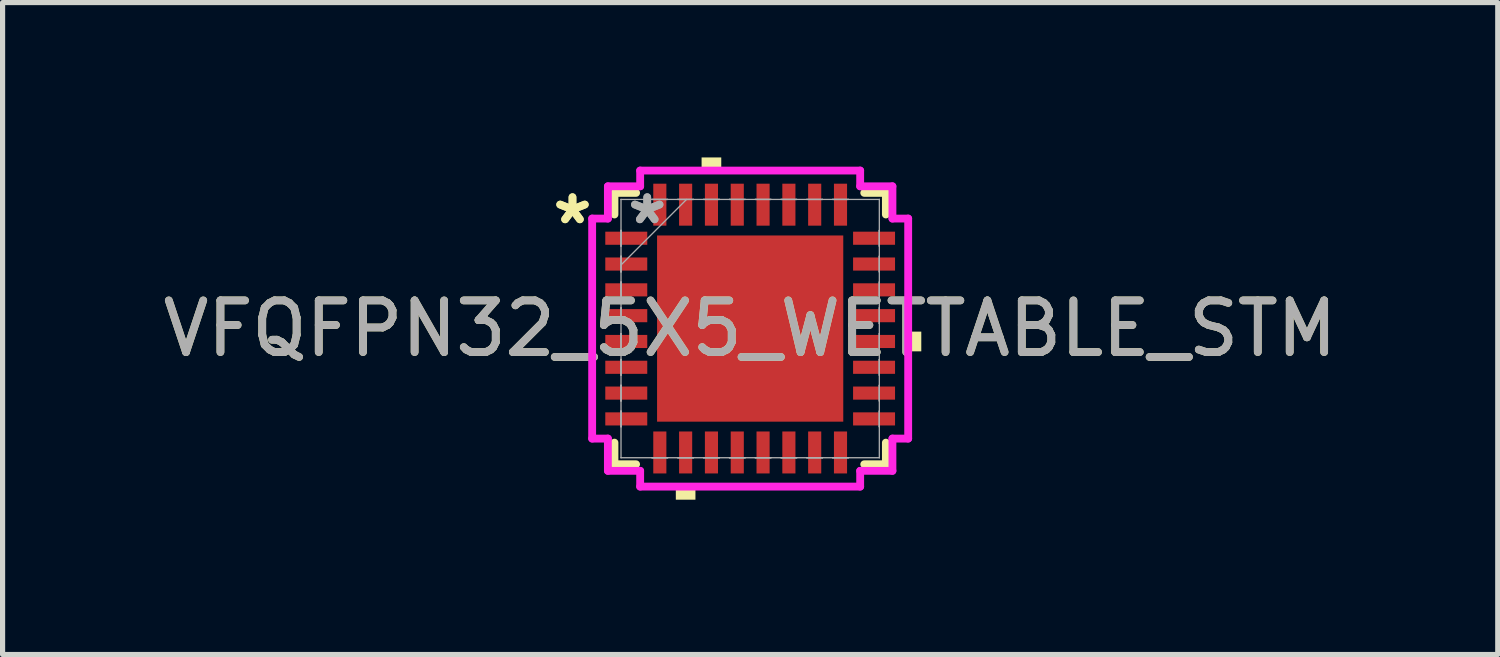
<source format=kicad_pcb>
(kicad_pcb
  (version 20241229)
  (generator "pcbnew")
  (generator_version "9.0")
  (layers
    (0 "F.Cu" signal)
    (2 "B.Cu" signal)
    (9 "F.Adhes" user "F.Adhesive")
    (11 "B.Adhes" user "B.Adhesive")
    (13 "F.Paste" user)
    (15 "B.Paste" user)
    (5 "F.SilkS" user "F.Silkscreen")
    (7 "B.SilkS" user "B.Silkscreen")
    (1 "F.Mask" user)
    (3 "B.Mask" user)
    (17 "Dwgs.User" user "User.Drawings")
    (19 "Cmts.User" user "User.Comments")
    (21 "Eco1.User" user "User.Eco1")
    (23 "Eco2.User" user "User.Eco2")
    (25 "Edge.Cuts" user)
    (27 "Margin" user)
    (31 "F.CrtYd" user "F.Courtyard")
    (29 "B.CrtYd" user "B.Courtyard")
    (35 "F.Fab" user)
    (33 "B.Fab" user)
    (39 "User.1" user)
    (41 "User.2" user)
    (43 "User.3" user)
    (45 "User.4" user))
  (footprint "VFQFPN32_5X5_WETTABLE_STM"
    (layer "F.Cu")
    (at 11.482 3.315)
    (property "Reference" "VFQFPN32_5X5_WETTABLE_STM" (at 0 0 0) (unlocked yes) (layer "F.SilkS") (effects (font (size 1 1) (thickness 0.15))))
    (attr smd)
    (fp_line (start -2.629 -2.629) (end -2.629 -2.21) (stroke (width 0.152) (type solid)) (layer "F.SilkS"))
    (fp_line (start -2.629 2.21) (end -2.629 2.629) (stroke (width 0.152) (type solid)) (layer "F.SilkS"))
    (fp_line (start -2.629 2.629) (end -2.21 2.629) (stroke (width 0.152) (type solid)) (layer "F.SilkS"))
    (fp_line (start -2.21 -2.629) (end -2.629 -2.629) (stroke (width 0.152) (type solid)) (layer "F.SilkS"))
    (fp_line (start 2.21 2.629) (end 2.629 2.629) (stroke (width 0.152) (type solid)) (layer "F.SilkS"))
    (fp_line (start 2.629 -2.629) (end 2.21 -2.629) (stroke (width 0.152) (type solid)) (layer "F.SilkS"))
    (fp_line (start 2.629 -2.21) (end 2.629 -2.629) (stroke (width 0.152) (type solid)) (layer "F.SilkS"))
    (fp_line (start 2.629 2.629) (end 2.629 2.21) (stroke (width 0.152) (type solid)) (layer "F.SilkS"))
    (fp_poly (pts (xy -1.44 3.061) (xy -1.44 3.315) (xy -1.06 3.315) (xy -1.06 3.061)) (stroke (width 0) (type solid)) (fill yes) (layer "F.SilkS"))
    (fp_poly (pts (xy -0.941 -3.061) (xy -0.941 -3.315) (xy -0.56 -3.315) (xy -0.56 -3.061)) (stroke (width 0) (type solid)) (fill yes) (layer "F.SilkS"))
    (fp_poly (pts (xy 3.315 0.059) (xy 3.315 0.441) (xy 3.061 0.441) (xy 3.061 0.059)) (stroke (width 0) (type solid)) (fill yes) (layer "F.SilkS"))
    (fp_poly (pts (xy -1.703 -1.703) (xy -1.703 -0.1) (xy -0.1 -0.1) (xy -0.1 -1.703)) (stroke (width 0) (type solid)) (fill yes) (layer "F.Paste"))
    (fp_poly (pts (xy -1.703 0.1) (xy -1.703 1.703) (xy -0.1 1.703) (xy -0.1 0.1)) (stroke (width 0) (type solid)) (fill yes) (layer "F.Paste"))
    (fp_poly (pts (xy 0.1 -1.703) (xy 0.1 -0.1) (xy 1.703 -0.1) (xy 1.703 -1.703)) (stroke (width 0) (type solid)) (fill yes) (layer "F.Paste"))
    (fp_poly (pts (xy 0.1 0.1) (xy 0.1 1.703) (xy 1.703 1.703) (xy 1.703 0.1)) (stroke (width 0) (type solid)) (fill yes) (layer "F.Paste"))
    (fp_line (start -3.061 -2.131) (end -2.756 -2.131) (stroke (width 0.152) (type solid)) (layer "F.CrtYd"))
    (fp_line (start -3.061 2.131) (end -3.061 -2.131) (stroke (width 0.152) (type solid)) (layer "F.CrtYd"))
    (fp_line (start -2.756 -2.756) (end -2.131 -2.756) (stroke (width 0.152) (type solid)) (layer "F.CrtYd"))
    (fp_line (start -2.756 -2.131) (end -2.756 -2.756) (stroke (width 0.152) (type solid)) (layer "F.CrtYd"))
    (fp_line (start -2.756 2.131) (end -3.061 2.131) (stroke (width 0.152) (type solid)) (layer "F.CrtYd"))
    (fp_line (start -2.756 2.756) (end -2.756 2.131) (stroke (width 0.152) (type solid)) (layer "F.CrtYd"))
    (fp_line (start -2.131 -3.061) (end 2.131 -3.061) (stroke (width 0.152) (type solid)) (layer "F.CrtYd"))
    (fp_line (start -2.131 -2.756) (end -2.131 -3.061) (stroke (width 0.152) (type solid)) (layer "F.CrtYd"))
    (fp_line (start -2.131 2.756) (end -2.756 2.756) (stroke (width 0.152) (type solid)) (layer "F.CrtYd"))
    (fp_line (start -2.131 3.061) (end -2.131 2.756) (stroke (width 0.152) (type solid)) (layer "F.CrtYd"))
    (fp_line (start 2.131 -3.061) (end 2.131 -2.756) (stroke (width 0.152) (type solid)) (layer "F.CrtYd"))
    (fp_line (start 2.131 -2.756) (end 2.756 -2.756) (stroke (width 0.152) (type solid)) (layer "F.CrtYd"))
    (fp_line (start 2.131 2.756) (end 2.131 3.061) (stroke (width 0.152) (type solid)) (layer "F.CrtYd"))
    (fp_line (start 2.131 3.061) (end -2.131 3.061) (stroke (width 0.152) (type solid)) (layer "F.CrtYd"))
    (fp_line (start 2.756 -2.756) (end 2.756 -2.131) (stroke (width 0.152) (type solid)) (layer "F.CrtYd"))
    (fp_line (start 2.756 -2.131) (end 3.061 -2.131) (stroke (width 0.152) (type solid)) (layer "F.CrtYd"))
    (fp_line (start 2.756 2.131) (end 2.756 2.756) (stroke (width 0.152) (type solid)) (layer "F.CrtYd"))
    (fp_line (start 2.756 2.756) (end 2.131 2.756) (stroke (width 0.152) (type solid)) (layer "F.CrtYd"))
    (fp_line (start 3.061 -2.131) (end 3.061 2.131) (stroke (width 0.152) (type solid)) (layer "F.CrtYd"))
    (fp_line (start 3.061 2.131) (end 2.756 2.131) (stroke (width 0.152) (type solid)) (layer "F.CrtYd"))
    (fp_line (start -2.502 -2.502) (end -2.502 -2.502) (stroke (width 0.025) (type solid)) (layer "F.Fab"))
    (fp_line (start -2.502 -2.502) (end -2.502 2.502) (stroke (width 0.025) (type solid)) (layer "F.Fab"))
    (fp_line (start -2.502 -1.902) (end -2.502 -1.902) (stroke (width 0.025) (type solid)) (layer "F.Fab"))
    (fp_line (start -2.502 -1.902) (end -2.502 -1.598) (stroke (width 0.025) (type solid)) (layer "F.Fab"))
    (fp_line (start -2.502 -1.598) (end -2.502 -1.902) (stroke (width 0.025) (type solid)) (layer "F.Fab"))
    (fp_line (start -2.502 -1.598) (end -2.502 -1.598) (stroke (width 0.025) (type solid)) (layer "F.Fab"))
    (fp_line (start -2.502 -1.402) (end -2.502 -1.402) (stroke (width 0.025) (type solid)) (layer "F.Fab"))
    (fp_line (start -2.502 -1.402) (end -2.502 -1.098) (stroke (width 0.025) (type solid)) (layer "F.Fab"))
    (fp_line (start -2.502 -1.232) (end -1.232 -2.502) (stroke (width 0.025) (type solid)) (layer "F.Fab"))
    (fp_line (start -2.502 -1.098) (end -2.502 -1.402) (stroke (width 0.025) (type solid)) (layer "F.Fab"))
    (fp_line (start -2.502 -1.098) (end -2.502 -1.098) (stroke (width 0.025) (type solid)) (layer "F.Fab"))
    (fp_line (start -2.502 -0.902) (end -2.502 -0.902) (stroke (width 0.025) (type solid)) (layer "F.Fab"))
    (fp_line (start -2.502 -0.902) (end -2.502 -0.598) (stroke (width 0.025) (type solid)) (layer "F.Fab"))
    (fp_line (start -2.502 -0.598) (end -2.502 -0.902) (stroke (width 0.025) (type solid)) (layer "F.Fab"))
    (fp_line (start -2.502 -0.598) (end -2.502 -0.598) (stroke (width 0.025) (type solid)) (layer "F.Fab"))
    (fp_line (start -2.502 -0.402) (end -2.502 -0.402) (stroke (width 0.025) (type solid)) (layer "F.Fab"))
    (fp_line (start -2.502 -0.402) (end -2.502 -0.098) (stroke (width 0.025) (type solid)) (layer "F.Fab"))
    (fp_line (start -2.502 -0.098) (end -2.502 -0.402) (stroke (width 0.025) (type solid)) (layer "F.Fab"))
    (fp_line (start -2.502 -0.098) (end -2.502 -0.098) (stroke (width 0.025) (type solid)) (layer "F.Fab"))
    (fp_line (start -2.502 0.098) (end -2.502 0.098) (stroke (width 0.025) (type solid)) (layer "F.Fab"))
    (fp_line (start -2.502 0.098) (end -2.502 0.402) (stroke (width 0.025) (type solid)) (layer "F.Fab"))
    (fp_line (start -2.502 0.402) (end -2.502 0.098) (stroke (width 0.025) (type solid)) (layer "F.Fab"))
    (fp_line (start -2.502 0.402) (end -2.502 0.402) (stroke (width 0.025) (type solid)) (layer "F.Fab"))
    (fp_line (start -2.502 0.598) (end -2.502 0.598) (stroke (width 0.025) (type solid)) (layer "F.Fab"))
    (fp_line (start -2.502 0.598) (end -2.502 0.902) (stroke (width 0.025) (type solid)) (layer "F.Fab"))
    (fp_line (start -2.502 0.902) (end -2.502 0.598) (stroke (width 0.025) (type solid)) (layer "F.Fab"))
    (fp_line (start -2.502 0.902) (end -2.502 0.902) (stroke (width 0.025) (type solid)) (layer "F.Fab"))
    (fp_line (start -2.502 1.098) (end -2.502 1.098) (stroke (width 0.025) (type solid)) (layer "F.Fab"))
    (fp_line (start -2.502 1.098) (end -2.502 1.402) (stroke (width 0.025) (type solid)) (layer "F.Fab"))
    (fp_line (start -2.502 1.402) (end -2.502 1.098) (stroke (width 0.025) (type solid)) (layer "F.Fab"))
    (fp_line (start -2.502 1.402) (end -2.502 1.402) (stroke (width 0.025) (type solid)) (layer "F.Fab"))
    (fp_line (start -2.502 1.598) (end -2.502 1.598) (stroke (width 0.025) (type solid)) (layer "F.Fab"))
    (fp_line (start -2.502 1.598) (end -2.502 1.902) (stroke (width 0.025) (type solid)) (layer "F.Fab"))
    (fp_line (start -2.502 1.902) (end -2.502 1.598) (stroke (width 0.025) (type solid)) (layer "F.Fab"))
    (fp_line (start -2.502 1.902) (end -2.502 1.902) (stroke (width 0.025) (type solid)) (layer "F.Fab"))
    (fp_line (start -2.502 2.502) (end -2.502 2.502) (stroke (width 0.025) (type solid)) (layer "F.Fab"))
    (fp_line (start -2.502 2.502) (end 2.502 2.502) (stroke (width 0.025) (type solid)) (layer "F.Fab"))
    (fp_line (start -1.902 -2.502) (end -1.902 -2.502) (stroke (width 0.025) (type solid)) (layer "F.Fab"))
    (fp_line (start -1.902 -2.502) (end -1.598 -2.502) (stroke (width 0.025) (type solid)) (layer "F.Fab"))
    (fp_line (start -1.902 2.502) (end -1.902 2.502) (stroke (width 0.025) (type solid)) (layer "F.Fab"))
    (fp_line (start -1.902 2.502) (end -1.598 2.502) (stroke (width 0.025) (type solid)) (layer "F.Fab"))
    (fp_line (start -1.598 -2.502) (end -1.902 -2.502) (stroke (width 0.025) (type solid)) (layer "F.Fab"))
    (fp_line (start -1.598 -2.502) (end -1.598 -2.502) (stroke (width 0.025) (type solid)) (layer "F.Fab"))
    (fp_line (start -1.598 2.502) (end -1.902 2.502) (stroke (width 0.025) (type solid)) (layer "F.Fab"))
    (fp_line (start -1.598 2.502) (end -1.598 2.502) (stroke (width 0.025) (type solid)) (layer "F.Fab"))
    (fp_line (start -1.402 -2.502) (end -1.402 -2.502) (stroke (width 0.025) (type solid)) (layer "F.Fab"))
    (fp_line (start -1.402 -2.502) (end -1.098 -2.502) (stroke (width 0.025) (type solid)) (layer "F.Fab"))
    (fp_line (start -1.402 2.502) (end -1.402 2.502) (stroke (width 0.025) (type solid)) (layer "F.Fab"))
    (fp_line (start -1.402 2.502) (end -1.098 2.502) (stroke (width 0.025) (type solid)) (layer "F.Fab"))
    (fp_line (start -1.098 -2.502) (end -1.402 -2.502) (stroke (width 0.025) (type solid)) (layer "F.Fab"))
    (fp_line (start -1.098 -2.502) (end -1.098 -2.502) (stroke (width 0.025) (type solid)) (layer "F.Fab"))
    (fp_line (start -1.098 2.502) (end -1.402 2.502) (stroke (width 0.025) (type solid)) (layer "F.Fab"))
    (fp_line (start -1.098 2.502) (end -1.098 2.502) (stroke (width 0.025) (type solid)) (layer "F.Fab"))
    (fp_line (start -0.902 -2.502) (end -0.902 -2.502) (stroke (width 0.025) (type solid)) (layer "F.Fab"))
    (fp_line (start -0.902 -2.502) (end -0.598 -2.502) (stroke (width 0.025) (type solid)) (layer "F.Fab"))
    (fp_line (start -0.902 2.502) (end -0.902 2.502) (stroke (width 0.025) (type solid)) (layer "F.Fab"))
    (fp_line (start -0.902 2.502) (end -0.598 2.502) (stroke (width 0.025) (type solid)) (layer "F.Fab"))
    (fp_line (start -0.598 -2.502) (end -0.902 -2.502) (stroke (width 0.025) (type solid)) (layer "F.Fab"))
    (fp_line (start -0.598 -2.502) (end -0.598 -2.502) (stroke (width 0.025) (type solid)) (layer "F.Fab"))
    (fp_line (start -0.598 2.502) (end -0.902 2.502) (stroke (width 0.025) (type solid)) (layer "F.Fab"))
    (fp_line (start -0.598 2.502) (end -0.598 2.502) (stroke (width 0.025) (type solid)) (layer "F.Fab"))
    (fp_line (start -0.402 -2.502) (end -0.402 -2.502) (stroke (width 0.025) (type solid)) (layer "F.Fab"))
    (fp_line (start -0.402 -2.502) (end -0.098 -2.502) (stroke (width 0.025) (type solid)) (layer "F.Fab"))
    (fp_line (start -0.402 2.502) (end -0.402 2.502) (stroke (width 0.025) (type solid)) (layer "F.Fab"))
    (fp_line (start -0.402 2.502) (end -0.098 2.502) (stroke (width 0.025) (type solid)) (layer "F.Fab"))
    (fp_line (start -0.098 -2.502) (end -0.402 -2.502) (stroke (width 0.025) (type solid)) (layer "F.Fab"))
    (fp_line (start -0.098 -2.502) (end -0.098 -2.502) (stroke (width 0.025) (type solid)) (layer "F.Fab"))
    (fp_line (start -0.098 2.502) (end -0.402 2.502) (stroke (width 0.025) (type solid)) (layer "F.Fab"))
    (fp_line (start -0.098 2.502) (end -0.098 2.502) (stroke (width 0.025) (type solid)) (layer "F.Fab"))
    (fp_line (start 0.098 -2.502) (end 0.098 -2.502) (stroke (width 0.025) (type solid)) (layer "F.Fab"))
    (fp_line (start 0.098 -2.502) (end 0.402 -2.502) (stroke (width 0.025) (type solid)) (layer "F.Fab"))
    (fp_line (start 0.098 2.502) (end 0.098 2.502) (stroke (width 0.025) (type solid)) (layer "F.Fab"))
    (fp_line (start 0.098 2.502) (end 0.402 2.502) (stroke (width 0.025) (type solid)) (layer "F.Fab"))
    (fp_line (start 0.402 -2.502) (end 0.098 -2.502) (stroke (width 0.025) (type solid)) (layer "F.Fab"))
    (fp_line (start 0.402 -2.502) (end 0.402 -2.502) (stroke (width 0.025) (type solid)) (layer "F.Fab"))
    (fp_line (start 0.402 2.502) (end 0.098 2.502) (stroke (width 0.025) (type solid)) (layer "F.Fab"))
    (fp_line (start 0.402 2.502) (end 0.402 2.502) (stroke (width 0.025) (type solid)) (layer "F.Fab"))
    (fp_line (start 0.598 -2.502) (end 0.598 -2.502) (stroke (width 0.025) (type solid)) (layer "F.Fab"))
    (fp_line (start 0.598 -2.502) (end 0.902 -2.502) (stroke (width 0.025) (type solid)) (layer "F.Fab"))
    (fp_line (start 0.598 2.502) (end 0.598 2.502) (stroke (width 0.025) (type solid)) (layer "F.Fab"))
    (fp_line (start 0.598 2.502) (end 0.902 2.502) (stroke (width 0.025) (type solid)) (layer "F.Fab"))
    (fp_line (start 0.902 -2.502) (end 0.598 -2.502) (stroke (width 0.025) (type solid)) (layer "F.Fab"))
    (fp_line (start 0.902 -2.502) (end 0.902 -2.502) (stroke (width 0.025) (type solid)) (layer "F.Fab"))
    (fp_line (start 0.902 2.502) (end 0.598 2.502) (stroke (width 0.025) (type solid)) (layer "F.Fab"))
    (fp_line (start 0.902 2.502) (end 0.902 2.502) (stroke (width 0.025) (type solid)) (layer "F.Fab"))
    (fp_line (start 1.098 -2.502) (end 1.098 -2.502) (stroke (width 0.025) (type solid)) (layer "F.Fab"))
    (fp_line (start 1.098 -2.502) (end 1.402 -2.502) (stroke (width 0.025) (type solid)) (layer "F.Fab"))
    (fp_line (start 1.098 2.502) (end 1.098 2.502) (stroke (width 0.025) (type solid)) (layer "F.Fab"))
    (fp_line (start 1.098 2.502) (end 1.402 2.502) (stroke (width 0.025) (type solid)) (layer "F.Fab"))
    (fp_line (start 1.402 -2.502) (end 1.098 -2.502) (stroke (width 0.025) (type solid)) (layer "F.Fab"))
    (fp_line (start 1.402 -2.502) (end 1.402 -2.502) (stroke (width 0.025) (type solid)) (layer "F.Fab"))
    (fp_line (start 1.402 2.502) (end 1.098 2.502) (stroke (width 0.025) (type solid)) (layer "F.Fab"))
    (fp_line (start 1.402 2.502) (end 1.402 2.502) (stroke (width 0.025) (type solid)) (layer "F.Fab"))
    (fp_line (start 1.598 -2.502) (end 1.598 -2.502) (stroke (width 0.025) (type solid)) (layer "F.Fab"))
    (fp_line (start 1.598 -2.502) (end 1.902 -2.502) (stroke (width 0.025) (type solid)) (layer "F.Fab"))
    (fp_line (start 1.598 2.502) (end 1.598 2.502) (stroke (width 0.025) (type solid)) (layer "F.Fab"))
    (fp_line (start 1.598 2.502) (end 1.902 2.502) (stroke (width 0.025) (type solid)) (layer "F.Fab"))
    (fp_line (start 1.902 -2.502) (end 1.598 -2.502) (stroke (width 0.025) (type solid)) (layer "F.Fab"))
    (fp_line (start 1.902 -2.502) (end 1.902 -2.502) (stroke (width 0.025) (type solid)) (layer "F.Fab"))
    (fp_line (start 1.902 2.502) (end 1.598 2.502) (stroke (width 0.025) (type solid)) (layer "F.Fab"))
    (fp_line (start 1.902 2.502) (end 1.902 2.502) (stroke (width 0.025) (type solid)) (layer "F.Fab"))
    (fp_line (start 2.502 -2.502) (end -2.502 -2.502) (stroke (width 0.025) (type solid)) (layer "F.Fab"))
    (fp_line (start 2.502 -2.502) (end 2.502 -2.502) (stroke (width 0.025) (type solid)) (layer "F.Fab"))
    (fp_line (start 2.502 -1.902) (end 2.502 -1.902) (stroke (width 0.025) (type solid)) (layer "F.Fab"))
    (fp_line (start 2.502 -1.902) (end 2.502 -1.598) (stroke (width 0.025) (type solid)) (layer "F.Fab"))
    (fp_line (start 2.502 -1.598) (end 2.502 -1.902) (stroke (width 0.025) (type solid)) (layer "F.Fab"))
    (fp_line (start 2.502 -1.598) (end 2.502 -1.598) (stroke (width 0.025) (type solid)) (layer "F.Fab"))
    (fp_line (start 2.502 -1.402) (end 2.502 -1.402) (stroke (width 0.025) (type solid)) (layer "F.Fab"))
    (fp_line (start 2.502 -1.402) (end 2.502 -1.098) (stroke (width 0.025) (type solid)) (layer "F.Fab"))
    (fp_line (start 2.502 -1.098) (end 2.502 -1.402) (stroke (width 0.025) (type solid)) (layer "F.Fab"))
    (fp_line (start 2.502 -1.098) (end 2.502 -1.098) (stroke (width 0.025) (type solid)) (layer "F.Fab"))
    (fp_line (start 2.502 -0.902) (end 2.502 -0.902) (stroke (width 0.025) (type solid)) (layer "F.Fab"))
    (fp_line (start 2.502 -0.902) (end 2.502 -0.598) (stroke (width 0.025) (type solid)) (layer "F.Fab"))
    (fp_line (start 2.502 -0.598) (end 2.502 -0.902) (stroke (width 0.025) (type solid)) (layer "F.Fab"))
    (fp_line (start 2.502 -0.598) (end 2.502 -0.598) (stroke (width 0.025) (type solid)) (layer "F.Fab"))
    (fp_line (start 2.502 -0.402) (end 2.502 -0.402) (stroke (width 0.025) (type solid)) (layer "F.Fab"))
    (fp_line (start 2.502 -0.402) (end 2.502 -0.098) (stroke (width 0.025) (type solid)) (layer "F.Fab"))
    (fp_line (start 2.502 -0.098) (end 2.502 -0.402) (stroke (width 0.025) (type solid)) (layer "F.Fab"))
    (fp_line (start 2.502 -0.098) (end 2.502 -0.098) (stroke (width 0.025) (type solid)) (layer "F.Fab"))
    (fp_line (start 2.502 0.098) (end 2.502 0.098) (stroke (width 0.025) (type solid)) (layer "F.Fab"))
    (fp_line (start 2.502 0.098) (end 2.502 0.402) (stroke (width 0.025) (type solid)) (layer "F.Fab"))
    (fp_line (start 2.502 0.402) (end 2.502 0.098) (stroke (width 0.025) (type solid)) (layer "F.Fab"))
    (fp_line (start 2.502 0.402) (end 2.502 0.402) (stroke (width 0.025) (type solid)) (layer "F.Fab"))
    (fp_line (start 2.502 0.598) (end 2.502 0.598) (stroke (width 0.025) (type solid)) (layer "F.Fab"))
    (fp_line (start 2.502 0.598) (end 2.502 0.902) (stroke (width 0.025) (type solid)) (layer "F.Fab"))
    (fp_line (start 2.502 0.902) (end 2.502 0.598) (stroke (width 0.025) (type solid)) (layer "F.Fab"))
    (fp_line (start 2.502 0.902) (end 2.502 0.902) (stroke (width 0.025) (type solid)) (layer "F.Fab"))
    (fp_line (start 2.502 1.098) (end 2.502 1.098) (stroke (width 0.025) (type solid)) (layer "F.Fab"))
    (fp_line (start 2.502 1.098) (end 2.502 1.402) (stroke (width 0.025) (type solid)) (layer "F.Fab"))
    (fp_line (start 2.502 1.402) (end 2.502 1.098) (stroke (width 0.025) (type solid)) (layer "F.Fab"))
    (fp_line (start 2.502 1.402) (end 2.502 1.402) (stroke (width 0.025) (type solid)) (layer "F.Fab"))
    (fp_line (start 2.502 1.598) (end 2.502 1.598) (stroke (width 0.025) (type solid)) (layer "F.Fab"))
    (fp_line (start 2.502 1.598) (end 2.502 1.902) (stroke (width 0.025) (type solid)) (layer "F.Fab"))
    (fp_line (start 2.502 1.902) (end 2.502 1.598) (stroke (width 0.025) (type solid)) (layer "F.Fab"))
    (fp_line (start 2.502 1.902) (end 2.502 1.902) (stroke (width 0.025) (type solid)) (layer "F.Fab"))
    (fp_line (start 2.502 2.502) (end 2.502 -2.502) (stroke (width 0.025) (type solid)) (layer "F.Fab"))
    (fp_line (start 2.502 2.502) (end 2.502 2.502) (stroke (width 0.025) (type solid)) (layer "F.Fab"))
    (fp_text user "*" (at -3.442 -2 0) (layer "F.SilkS") (effects (font (size 1 1) (thickness 0.15))))
    (fp_text user "*" (at -3.442 -2 0) (unlocked yes) (layer "F.SilkS") (effects (font (size 1 1) (thickness 0.15))))
    (fp_text user "${REFERENCE}" (at 0 0 0) (unlocked yes) (layer "F.Fab") (effects (font (size 1 1) (thickness 0.15))))
    (fp_text user "*" (at -1.994 -2 0) (unlocked yes) (layer "F.Fab") (effects (font (size 1 1) (thickness 0.15))))
    (fp_text user "*" (at -1.994 -2 0) (layer "F.Fab") (effects (font (size 1 1) (thickness 0.15))))
    (pad "1" smd rect (at -2.4 -1.75 90) (size 0.254 0.813) (layers "F.Cu" "F.Mask" "F.Paste"))
    (pad "2" smd rect (at -2.4 -1.25 90) (size 0.254 0.813) (layers "F.Cu" "F.Mask" "F.Paste"))
    (pad "3" smd rect (at -2.4 -0.75 90) (size 0.254 0.813) (layers "F.Cu" "F.Mask" "F.Paste"))
    (pad "4" smd rect (at -2.4 -0.25 90) (size 0.254 0.813) (layers "F.Cu" "F.Mask" "F.Paste"))
    (pad "5" smd rect (at -2.4 0.25 90) (size 0.254 0.813) (layers "F.Cu" "F.Mask" "F.Paste"))
    (pad "6" smd rect (at -2.4 0.75 90) (size 0.254 0.813) (layers "F.Cu" "F.Mask" "F.Paste"))
    (pad "7" smd rect (at -2.4 1.25 90) (size 0.254 0.813) (layers "F.Cu" "F.Mask" "F.Paste"))
    (pad "8" smd rect (at -2.4 1.75 90) (size 0.254 0.813) (layers "F.Cu" "F.Mask" "F.Paste"))
    (pad "9" smd rect (at -1.75 2.4) (size 0.254 0.813) (layers "F.Cu" "F.Mask" "F.Paste"))
    (pad "10" smd rect (at -1.25 2.4) (size 0.254 0.813) (layers "F.Cu" "F.Mask" "F.Paste"))
    (pad "11" smd rect (at -0.75 2.4) (size 0.254 0.813) (layers "F.Cu" "F.Mask" "F.Paste"))
    (pad "12" smd rect (at -0.25 2.4) (size 0.254 0.813) (layers "F.Cu" "F.Mask" "F.Paste"))
    (pad "13" smd rect (at 0.25 2.4) (size 0.254 0.813) (layers "F.Cu" "F.Mask" "F.Paste"))
    (pad "14" smd rect (at 0.75 2.4) (size 0.254 0.813) (layers "F.Cu" "F.Mask" "F.Paste"))
    (pad "15" smd rect (at 1.25 2.4) (size 0.254 0.813) (layers "F.Cu" "F.Mask" "F.Paste"))
    (pad "16" smd rect (at 1.75 2.4) (size 0.254 0.813) (layers "F.Cu" "F.Mask" "F.Paste"))
    (pad "17" smd rect (at 2.4 1.75 90) (size 0.254 0.813) (layers "F.Cu" "F.Mask" "F.Paste"))
    (pad "18" smd rect (at 2.4 1.25 90) (size 0.254 0.813) (layers "F.Cu" "F.Mask" "F.Paste"))
    (pad "19" smd rect (at 2.4 0.75 90) (size 0.254 0.813) (layers "F.Cu" "F.Mask" "F.Paste"))
    (pad "20" smd rect (at 2.4 0.25 90) (size 0.254 0.813) (layers "F.Cu" "F.Mask" "F.Paste"))
    (pad "21" smd rect (at 2.4 -0.25 90) (size 0.254 0.813) (layers "F.Cu" "F.Mask" "F.Paste"))
    (pad "22" smd rect (at 2.4 -0.75 90) (size 0.254 0.813) (layers "F.Cu" "F.Mask" "F.Paste"))
    (pad "23" smd rect (at 2.4 -1.25 90) (size 0.254 0.813) (layers "F.Cu" "F.Mask" "F.Paste"))
    (pad "24" smd rect (at 2.4 -1.75 90) (size 0.254 0.813) (layers "F.Cu" "F.Mask" "F.Paste"))
    (pad "25" smd rect (at 1.75 -2.4) (size 0.254 0.813) (layers "F.Cu" "F.Mask" "F.Paste"))
    (pad "26" smd rect (at 1.25 -2.4) (size 0.254 0.813) (layers "F.Cu" "F.Mask" "F.Paste"))
    (pad "27" smd rect (at 0.75 -2.4) (size 0.254 0.813) (layers "F.Cu" "F.Mask" "F.Paste"))
    (pad "28" smd rect (at 0.25 -2.4) (size 0.254 0.813) (layers "F.Cu" "F.Mask" "F.Paste"))
    (pad "29" smd rect (at -0.25 -2.4) (size 0.254 0.813) (layers "F.Cu" "F.Mask" "F.Paste"))
    (pad "30" smd rect (at -0.75 -2.4) (size 0.254 0.813) (layers "F.Cu" "F.Mask" "F.Paste"))
    (pad "31" smd rect (at -1.25 -2.4) (size 0.254 0.813) (layers "F.Cu" "F.Mask" "F.Paste"))
    (pad "32" smd rect (at -1.75 -2.4) (size 0.254 0.813) (layers "F.Cu" "F.Mask" "F.Paste"))
    (pad "33" smd rect (at 0 0) (size 3.607 3.607) (layers "F.Cu" "F.Mask" "F.Paste")))
  (gr_rect
    (start -3 -3)
    (end 25.964 9.629)
    (stroke (width 0.1) (type default))
    (fill no)
    (layer "Edge.Cuts")))
</source>
